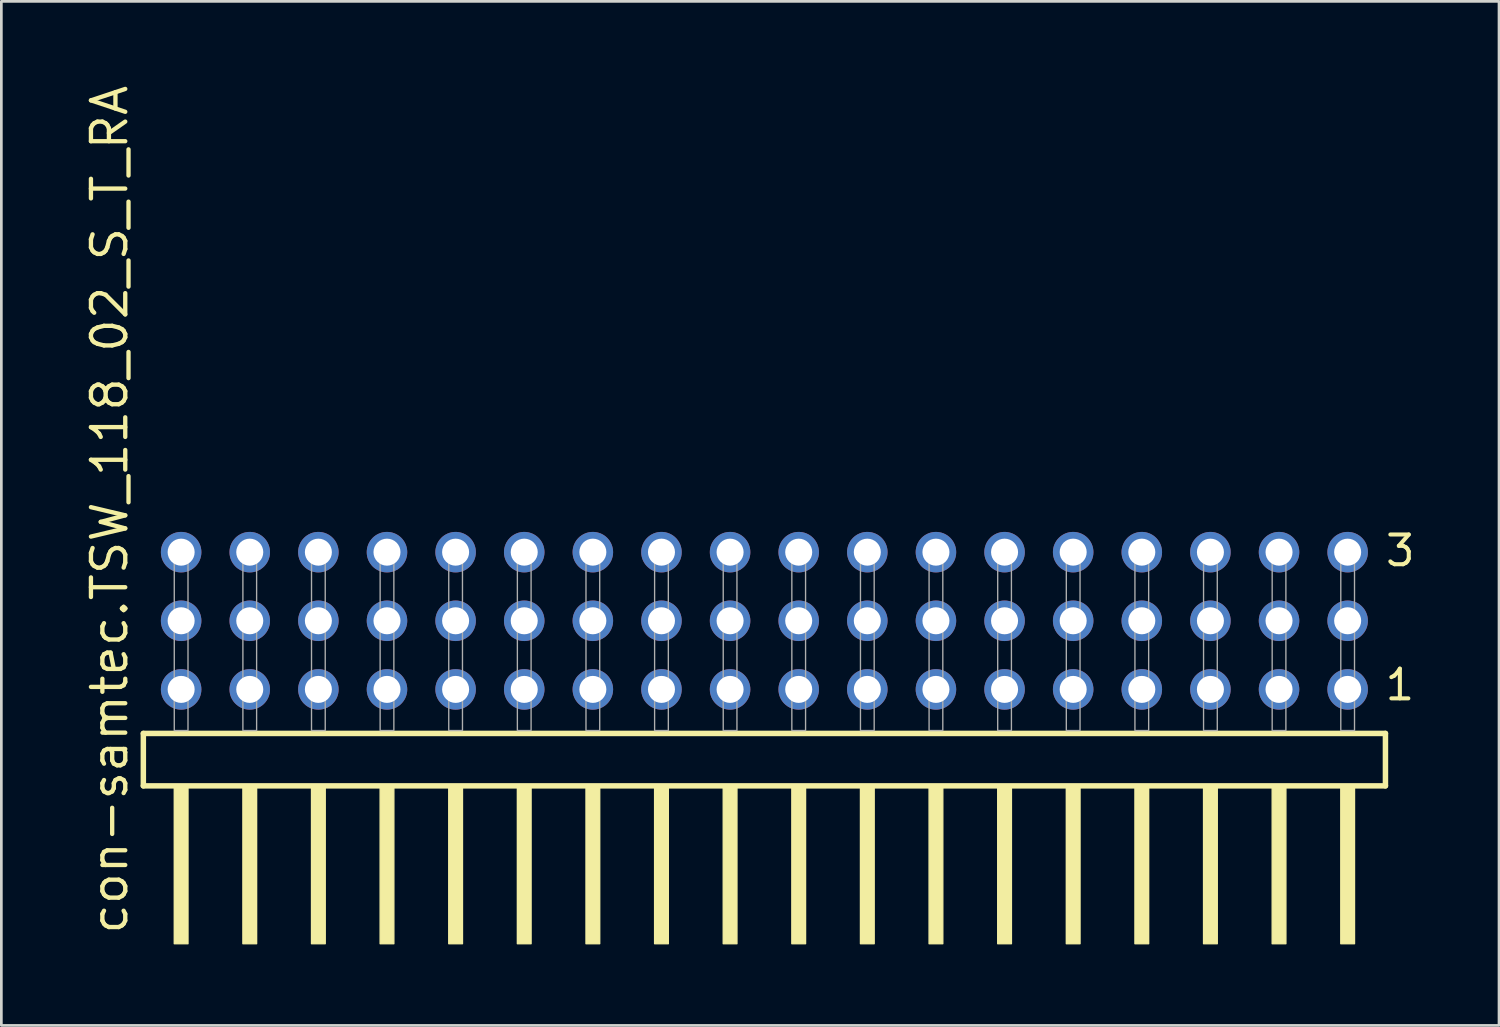
<source format=kicad_pcb>
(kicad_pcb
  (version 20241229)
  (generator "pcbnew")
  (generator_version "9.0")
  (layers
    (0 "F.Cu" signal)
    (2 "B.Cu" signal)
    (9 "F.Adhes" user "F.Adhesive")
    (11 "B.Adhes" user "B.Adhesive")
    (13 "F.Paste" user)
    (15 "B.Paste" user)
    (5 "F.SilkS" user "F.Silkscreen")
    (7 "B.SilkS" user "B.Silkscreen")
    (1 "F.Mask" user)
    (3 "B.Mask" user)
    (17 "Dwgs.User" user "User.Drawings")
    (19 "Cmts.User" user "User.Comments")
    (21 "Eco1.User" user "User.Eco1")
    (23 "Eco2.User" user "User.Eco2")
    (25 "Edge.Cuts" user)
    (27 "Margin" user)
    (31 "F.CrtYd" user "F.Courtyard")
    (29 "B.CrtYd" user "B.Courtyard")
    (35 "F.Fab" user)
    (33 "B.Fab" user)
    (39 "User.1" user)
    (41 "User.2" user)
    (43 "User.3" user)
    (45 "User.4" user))
  (footprint "con-samtec.TSW_118_02_S_T_RA"
    (layer "F.Cu")
    (at 25.245 23.993)
    (property "Reference" "con-samtec.TSW_118_02_S_T_RA" (at -23.495 7.62 90) (layer "F.SilkS") (effects (font (size 1.27 1.27) (thickness 0.16)) (justify left bottom)))
    (attr through_hole)
    (fp_line (start -22.989 0.106) (end -22.989 2.046) (stroke (width 0.203) (type default)) (layer "F.SilkS"))
    (fp_line (start -22.989 2.046) (end 22.989 2.046) (stroke (width 0.203) (type default)) (layer "F.SilkS"))
    (fp_line (start 22.989 0.106) (end -22.989 0.106) (stroke (width 0.203) (type default)) (layer "F.SilkS"))
    (fp_line (start 22.989 2.046) (end 22.989 0.106) (stroke (width 0.203) (type default)) (layer "F.SilkS"))
    (fp_rect (start -21.844 7.89) (end -21.336 2.04) (stroke (width 0.05) (type default)) (fill yes) (layer "F.SilkS"))
    (fp_rect (start -19.304 7.89) (end -18.796 2.04) (stroke (width 0.05) (type default)) (fill yes) (layer "F.SilkS"))
    (fp_rect (start -16.764 7.89) (end -16.256 2.04) (stroke (width 0.05) (type default)) (fill yes) (layer "F.SilkS"))
    (fp_rect (start -14.224 7.89) (end -13.716 2.04) (stroke (width 0.05) (type default)) (fill yes) (layer "F.SilkS"))
    (fp_rect (start -11.684 7.89) (end -11.176 2.04) (stroke (width 0.05) (type default)) (fill yes) (layer "F.SilkS"))
    (fp_rect (start -9.144 7.89) (end -8.636 2.04) (stroke (width 0.05) (type default)) (fill yes) (layer "F.SilkS"))
    (fp_rect (start -6.604 7.89) (end -6.096 2.04) (stroke (width 0.05) (type default)) (fill yes) (layer "F.SilkS"))
    (fp_rect (start -4.064 7.89) (end -3.556 2.04) (stroke (width 0.05) (type default)) (fill yes) (layer "F.SilkS"))
    (fp_rect (start -1.524 7.89) (end -1.016 2.04) (stroke (width 0.05) (type default)) (fill yes) (layer "F.SilkS"))
    (fp_rect (start 1.016 7.89) (end 1.524 2.04) (stroke (width 0.05) (type default)) (fill yes) (layer "F.SilkS"))
    (fp_rect (start 3.556 7.89) (end 4.064 2.04) (stroke (width 0.05) (type default)) (fill yes) (layer "F.SilkS"))
    (fp_rect (start 6.096 7.89) (end 6.604 2.04) (stroke (width 0.05) (type default)) (fill yes) (layer "F.SilkS"))
    (fp_rect (start 8.636 7.89) (end 9.144 2.04) (stroke (width 0.05) (type default)) (fill yes) (layer "F.SilkS"))
    (fp_rect (start 11.176 7.89) (end 11.684 2.04) (stroke (width 0.05) (type default)) (fill yes) (layer "F.SilkS"))
    (fp_rect (start 13.716 7.89) (end 14.224 2.04) (stroke (width 0.05) (type default)) (fill yes) (layer "F.SilkS"))
    (fp_rect (start 16.256 7.89) (end 16.764 2.04) (stroke (width 0.05) (type default)) (fill yes) (layer "F.SilkS"))
    (fp_rect (start 18.796 7.89) (end 19.304 2.04) (stroke (width 0.05) (type default)) (fill yes) (layer "F.SilkS"))
    (fp_rect (start 21.336 7.89) (end 21.844 2.04) (stroke (width 0.05) (type default)) (fill yes) (layer "F.SilkS"))
    (fp_rect (start -21.844 0) (end -21.336 -6.858) (stroke (width 0.05) (type default)) (fill no) (layer "F.Fab"))
    (fp_rect (start -19.304 0) (end -18.796 -6.858) (stroke (width 0.05) (type default)) (fill no) (layer "F.Fab"))
    (fp_rect (start -16.764 0) (end -16.256 -6.858) (stroke (width 0.05) (type default)) (fill no) (layer "F.Fab"))
    (fp_rect (start -14.224 0) (end -13.716 -6.858) (stroke (width 0.05) (type default)) (fill no) (layer "F.Fab"))
    (fp_rect (start -11.684 0) (end -11.176 -6.858) (stroke (width 0.05) (type default)) (fill no) (layer "F.Fab"))
    (fp_rect (start -9.144 0) (end -8.636 -6.858) (stroke (width 0.05) (type default)) (fill no) (layer "F.Fab"))
    (fp_rect (start -6.604 0) (end -6.096 -6.858) (stroke (width 0.05) (type default)) (fill no) (layer "F.Fab"))
    (fp_rect (start -4.064 0) (end -3.556 -6.858) (stroke (width 0.05) (type default)) (fill no) (layer "F.Fab"))
    (fp_rect (start -1.524 0) (end -1.016 -6.858) (stroke (width 0.05) (type default)) (fill no) (layer "F.Fab"))
    (fp_rect (start 1.016 0) (end 1.524 -6.858) (stroke (width 0.05) (type default)) (fill no) (layer "F.Fab"))
    (fp_rect (start 3.556 0) (end 4.064 -6.858) (stroke (width 0.05) (type default)) (fill no) (layer "F.Fab"))
    (fp_rect (start 6.096 0) (end 6.604 -6.858) (stroke (width 0.05) (type default)) (fill no) (layer "F.Fab"))
    (fp_rect (start 8.636 0) (end 9.144 -6.858) (stroke (width 0.05) (type default)) (fill no) (layer "F.Fab"))
    (fp_rect (start 11.176 0) (end 11.684 -6.858) (stroke (width 0.05) (type default)) (fill no) (layer "F.Fab"))
    (fp_rect (start 13.716 0) (end 14.224 -6.858) (stroke (width 0.05) (type default)) (fill no) (layer "F.Fab"))
    (fp_rect (start 16.256 0) (end 16.764 -6.858) (stroke (width 0.05) (type default)) (fill no) (layer "F.Fab"))
    (fp_rect (start 18.796 0) (end 19.304 -6.858) (stroke (width 0.05) (type default)) (fill no) (layer "F.Fab"))
    (fp_rect (start 21.336 0) (end 21.844 -6.858) (stroke (width 0.05) (type default)) (fill no) (layer "F.Fab"))
    (fp_text user "3" (at 22.915 -6.015 0) (layer "F.SilkS") (effects (font (size 1.1 1.1) (thickness 0.15)) (justify left bottom)))
    (fp_text user "1" (at 22.9 -1.05 0) (layer "F.SilkS") (effects (font (size 1.1 1.1) (thickness 0.15)) (justify left bottom)))
    (pad "1" thru_hole circle (at 21.59 -1.524 180) (size 1.5 1.5) (drill 1) (layers "*.Cu" "*.Mask"))
    (pad "2" thru_hole circle (at 21.59 -4.064 180) (size 1.5 1.5) (drill 1) (layers "*.Cu" "*.Mask"))
    (pad "3" thru_hole circle (at 21.59 -6.604 180) (size 1.5 1.5) (drill 1) (layers "*.Cu" "*.Mask"))
    (pad "4" thru_hole circle (at 19.05 -1.524 180) (size 1.5 1.5) (drill 1) (layers "*.Cu" "*.Mask"))
    (pad "5" thru_hole circle (at 19.05 -4.064 180) (size 1.5 1.5) (drill 1) (layers "*.Cu" "*.Mask"))
    (pad "6" thru_hole circle (at 19.05 -6.604 180) (size 1.5 1.5) (drill 1) (layers "*.Cu" "*.Mask"))
    (pad "7" thru_hole circle (at 16.51 -1.524 180) (size 1.5 1.5) (drill 1) (layers "*.Cu" "*.Mask"))
    (pad "8" thru_hole circle (at 16.51 -4.064 180) (size 1.5 1.5) (drill 1) (layers "*.Cu" "*.Mask"))
    (pad "9" thru_hole circle (at 16.51 -6.604 180) (size 1.5 1.5) (drill 1) (layers "*.Cu" "*.Mask"))
    (pad "10" thru_hole circle (at 13.97 -1.524 180) (size 1.5 1.5) (drill 1) (layers "*.Cu" "*.Mask"))
    (pad "11" thru_hole circle (at 13.97 -4.064 180) (size 1.5 1.5) (drill 1) (layers "*.Cu" "*.Mask"))
    (pad "12" thru_hole circle (at 13.97 -6.604 180) (size 1.5 1.5) (drill 1) (layers "*.Cu" "*.Mask"))
    (pad "13" thru_hole circle (at 11.43 -1.524 180) (size 1.5 1.5) (drill 1) (layers "*.Cu" "*.Mask"))
    (pad "14" thru_hole circle (at 11.43 -4.064 180) (size 1.5 1.5) (drill 1) (layers "*.Cu" "*.Mask"))
    (pad "15" thru_hole circle (at 11.43 -6.604 180) (size 1.5 1.5) (drill 1) (layers "*.Cu" "*.Mask"))
    (pad "16" thru_hole circle (at 8.89 -1.524 180) (size 1.5 1.5) (drill 1) (layers "*.Cu" "*.Mask"))
    (pad "17" thru_hole circle (at 8.89 -4.064 180) (size 1.5 1.5) (drill 1) (layers "*.Cu" "*.Mask"))
    (pad "18" thru_hole circle (at 8.89 -6.604 180) (size 1.5 1.5) (drill 1) (layers "*.Cu" "*.Mask"))
    (pad "19" thru_hole circle (at 6.35 -1.524 180) (size 1.5 1.5) (drill 1) (layers "*.Cu" "*.Mask"))
    (pad "20" thru_hole circle (at 6.35 -4.064 180) (size 1.5 1.5) (drill 1) (layers "*.Cu" "*.Mask"))
    (pad "21" thru_hole circle (at 6.35 -6.604 180) (size 1.5 1.5) (drill 1) (layers "*.Cu" "*.Mask"))
    (pad "22" thru_hole circle (at 3.81 -1.524 180) (size 1.5 1.5) (drill 1) (layers "*.Cu" "*.Mask"))
    (pad "23" thru_hole circle (at 3.81 -4.064 180) (size 1.5 1.5) (drill 1) (layers "*.Cu" "*.Mask"))
    (pad "24" thru_hole circle (at 3.81 -6.604 180) (size 1.5 1.5) (drill 1) (layers "*.Cu" "*.Mask"))
    (pad "25" thru_hole circle (at 1.27 -1.524 180) (size 1.5 1.5) (drill 1) (layers "*.Cu" "*.Mask"))
    (pad "26" thru_hole circle (at 1.27 -4.064 180) (size 1.5 1.5) (drill 1) (layers "*.Cu" "*.Mask"))
    (pad "27" thru_hole circle (at 1.27 -6.604 180) (size 1.5 1.5) (drill 1) (layers "*.Cu" "*.Mask"))
    (pad "28" thru_hole circle (at -1.27 -1.524 180) (size 1.5 1.5) (drill 1) (layers "*.Cu" "*.Mask"))
    (pad "29" thru_hole circle (at -1.27 -4.064 180) (size 1.5 1.5) (drill 1) (layers "*.Cu" "*.Mask"))
    (pad "30" thru_hole circle (at -1.27 -6.604 180) (size 1.5 1.5) (drill 1) (layers "*.Cu" "*.Mask"))
    (pad "31" thru_hole circle (at -3.81 -1.524 180) (size 1.5 1.5) (drill 1) (layers "*.Cu" "*.Mask"))
    (pad "32" thru_hole circle (at -3.81 -4.064 180) (size 1.5 1.5) (drill 1) (layers "*.Cu" "*.Mask"))
    (pad "33" thru_hole circle (at -3.81 -6.604 180) (size 1.5 1.5) (drill 1) (layers "*.Cu" "*.Mask"))
    (pad "34" thru_hole circle (at -6.35 -1.524 180) (size 1.5 1.5) (drill 1) (layers "*.Cu" "*.Mask"))
    (pad "35" thru_hole circle (at -6.35 -4.064 180) (size 1.5 1.5) (drill 1) (layers "*.Cu" "*.Mask"))
    (pad "36" thru_hole circle (at -6.35 -6.604 180) (size 1.5 1.5) (drill 1) (layers "*.Cu" "*.Mask"))
    (pad "37" thru_hole circle (at -8.89 -1.524 180) (size 1.5 1.5) (drill 1) (layers "*.Cu" "*.Mask"))
    (pad "38" thru_hole circle (at -8.89 -4.064 180) (size 1.5 1.5) (drill 1) (layers "*.Cu" "*.Mask"))
    (pad "39" thru_hole circle (at -8.89 -6.604 180) (size 1.5 1.5) (drill 1) (layers "*.Cu" "*.Mask"))
    (pad "40" thru_hole circle (at -11.43 -1.524 180) (size 1.5 1.5) (drill 1) (layers "*.Cu" "*.Mask"))
    (pad "41" thru_hole circle (at -11.43 -4.064 180) (size 1.5 1.5) (drill 1) (layers "*.Cu" "*.Mask"))
    (pad "42" thru_hole circle (at -11.43 -6.604 180) (size 1.5 1.5) (drill 1) (layers "*.Cu" "*.Mask"))
    (pad "43" thru_hole circle (at -13.97 -1.524 180) (size 1.5 1.5) (drill 1) (layers "*.Cu" "*.Mask"))
    (pad "44" thru_hole circle (at -13.97 -4.064 180) (size 1.5 1.5) (drill 1) (layers "*.Cu" "*.Mask"))
    (pad "45" thru_hole circle (at -13.97 -6.604 180) (size 1.5 1.5) (drill 1) (layers "*.Cu" "*.Mask"))
    (pad "46" thru_hole circle (at -16.51 -1.524 180) (size 1.5 1.5) (drill 1) (layers "*.Cu" "*.Mask"))
    (pad "47" thru_hole circle (at -16.51 -4.064 180) (size 1.5 1.5) (drill 1) (layers "*.Cu" "*.Mask"))
    (pad "48" thru_hole circle (at -16.51 -6.604 180) (size 1.5 1.5) (drill 1) (layers "*.Cu" "*.Mask"))
    (pad "49" thru_hole circle (at -19.05 -1.524 180) (size 1.5 1.5) (drill 1) (layers "*.Cu" "*.Mask"))
    (pad "50" thru_hole circle (at -19.05 -4.064 180) (size 1.5 1.5) (drill 1) (layers "*.Cu" "*.Mask"))
    (pad "51" thru_hole circle (at -19.05 -6.604 180) (size 1.5 1.5) (drill 1) (layers "*.Cu" "*.Mask"))
    (pad "52" thru_hole circle (at -21.59 -1.524 180) (size 1.5 1.5) (drill 1) (layers "*.Cu" "*.Mask"))
    (pad "53" thru_hole circle (at -21.59 -4.064 180) (size 1.5 1.5) (drill 1) (layers "*.Cu" "*.Mask"))
    (pad "54" thru_hole circle (at -21.59 -6.604 180) (size 1.5 1.5) (drill 1) (layers "*.Cu" "*.Mask")))
  (gr_rect
    (start -3 -3)
    (end 52.438 34.908)
    (stroke (width 0.1) (type default))
    (fill no)
    (layer "Edge.Cuts")))
</source>
